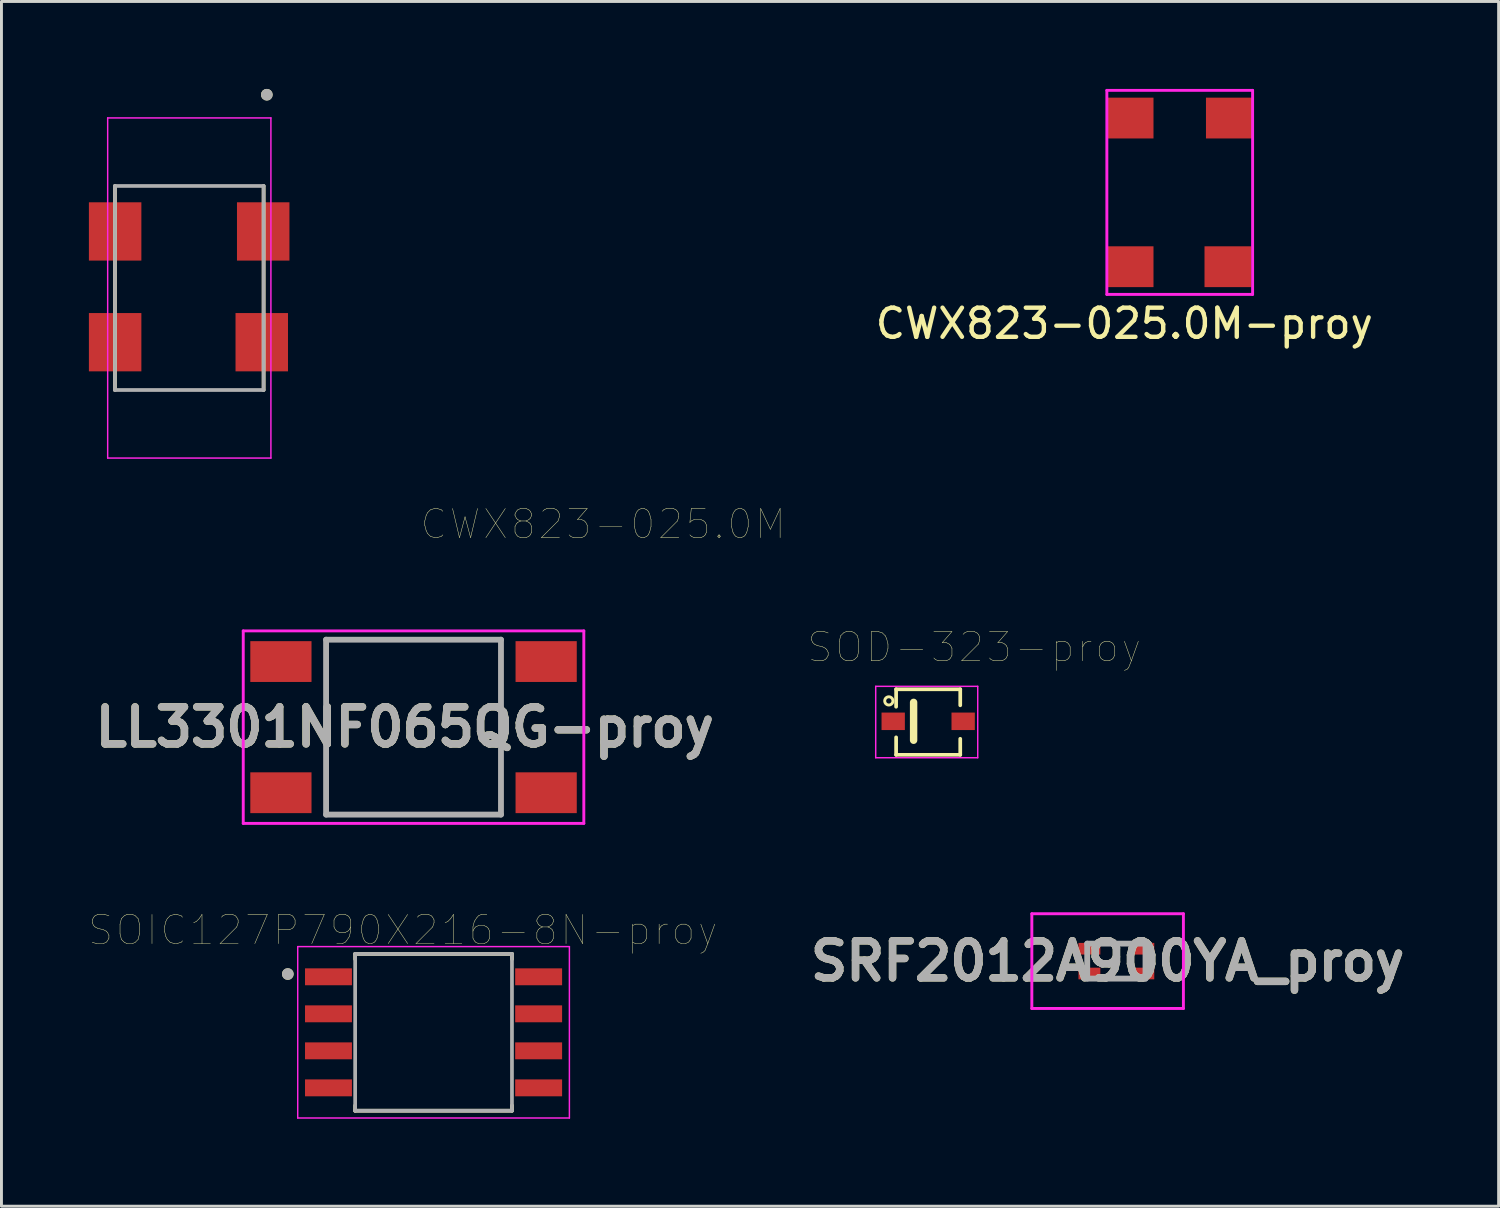
<source format=kicad_pcb>
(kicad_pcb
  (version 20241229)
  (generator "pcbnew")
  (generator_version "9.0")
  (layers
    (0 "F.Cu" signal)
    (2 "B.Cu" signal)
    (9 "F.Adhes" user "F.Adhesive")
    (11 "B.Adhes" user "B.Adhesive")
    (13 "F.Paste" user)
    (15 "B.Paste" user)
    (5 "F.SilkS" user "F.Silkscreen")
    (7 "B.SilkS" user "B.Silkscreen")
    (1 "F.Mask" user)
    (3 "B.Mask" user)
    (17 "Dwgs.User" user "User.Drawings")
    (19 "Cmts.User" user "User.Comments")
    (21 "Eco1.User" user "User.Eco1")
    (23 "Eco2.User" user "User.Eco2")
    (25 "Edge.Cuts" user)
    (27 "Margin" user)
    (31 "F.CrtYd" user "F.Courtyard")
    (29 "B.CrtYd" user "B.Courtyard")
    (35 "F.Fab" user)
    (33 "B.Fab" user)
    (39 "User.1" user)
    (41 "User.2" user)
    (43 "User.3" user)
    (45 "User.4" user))
  (footprint "CWX823-025.0M"
    (layer "F.Cu")
    (at 3.393 6.881)
    (property "Reference" "CWX823-025.0M" (at 14.249 8.052 0) (layer "F.SilkS") (effects (font (size 1 1) (thickness 0.015))))
    (attr through_hole)
    (fp_line (start -2.499 -3.551) (end -2.499 3.449) (stroke (width 0.127) (type solid)) (layer "F.SilkS"))
    (fp_line (start 2.601 -3.551) (end 2.601 3.449) (stroke (width 0.127) (type solid)) (layer "F.SilkS"))
    (fp_circle (center 2.711 -6.681) (end 2.711 -6.581) (stroke (width 0.2) (type solid)) (fill no) (layer "F.SilkS"))
    (fp_line (start -2.749 -5.886) (end -2.749 5.784) (stroke (width 0.05) (type solid)) (layer "F.CrtYd"))
    (fp_line (start 2.851 -5.886) (end -2.749 -5.886) (stroke (width 0.05) (type solid)) (layer "F.CrtYd"))
    (fp_line (start 2.851 -5.886) (end 2.851 5.784) (stroke (width 0.05) (type solid)) (layer "F.CrtYd"))
    (fp_line (start 2.851 5.784) (end -2.749 5.784) (stroke (width 0.05) (type solid)) (layer "F.CrtYd"))
    (fp_line (start -2.499 -3.551) (end -2.499 3.449) (stroke (width 0.127) (type solid)) (layer "F.Fab"))
    (fp_line (start 2.601 -3.551) (end -2.499 -3.551) (stroke (width 0.127) (type solid)) (layer "F.Fab"))
    (fp_line (start 2.601 -3.551) (end 2.601 3.449) (stroke (width 0.127) (type solid)) (layer "F.Fab"))
    (fp_line (start 2.601 3.449) (end -2.499 3.449) (stroke (width 0.127) (type solid)) (layer "F.Fab"))
    (fp_circle (center 2.711 -6.681) (end 2.711 -6.581) (stroke (width 0.2) (type solid)) (fill no) (layer "F.Fab"))
    (pad "1" smd rect (at -2.493 1.809) (size 1.8 2) (layers "F.Cu" "F.Mask" "F.Paste"))
    (pad "2" smd rect (at 2.537 1.809) (size 1.8 2) (layers "F.Cu" "F.Mask" "F.Paste"))
    (pad "3" smd rect (at 2.587 -1.991) (size 1.8 2) (layers "F.Cu" "F.Mask" "F.Paste"))
    (pad "4" smd rect (at -2.493 -1.991) (size 1.8 2) (layers "F.Cu" "F.Mask" "F.Paste")))
  (footprint "CWX823-025.0M-proy"
    (layer "F.Cu")
    (at 37.423 3.55)
    (property "Reference" "CWX823-025.0M-proy" (at -1.9 4.5 0) (layer "F.SilkS") (effects (font (size 1 1) (thickness 0.15))))
    (attr through_hole)
    (fp_line (start -2.5 -3.5) (end -2.5 3.5) (stroke (width 0.1) (type solid)) (layer "F.CrtYd"))
    (fp_line (start -2.5 -3.5) (end 2.5 -3.5) (stroke (width 0.1) (type solid)) (layer "F.CrtYd"))
    (fp_line (start -2.5 3.5) (end 2.5 3.5) (stroke (width 0.1) (type solid)) (layer "F.CrtYd"))
    (fp_line (start 2.5 -3.5) (end 2.5 3.5) (stroke (width 0.1) (type solid)) (layer "F.CrtYd"))
    (pad "1" smd rect (at 1.65 2.55 270) (size 1.4 1.6) (layers "F.Cu" "F.Mask" "F.Paste"))
    (pad "2" smd rect (at 1.7 -2.55 270) (size 1.4 1.6) (layers "F.Cu" "F.Mask" "F.Paste"))
    (pad "3" smd rect (at -1.7 -2.55 270) (size 1.4 1.6) (layers "F.Cu" "F.Mask" "F.Paste"))
    (pad "4" smd rect (at -1.7 2.55 270) (size 1.4 1.6) (layers "F.Cu" "F.Mask" "F.Paste")))
  (footprint "SRF2012A900YA_proy"
    (layer "F.Cu")
    (at 35.249 29.923)
    (property "Reference" "SRF2012A900YA_proy" (at -0.3 0 0) (layer "F.SilkS") (effects (font (size 1.27 1.27) (thickness 0.254))))
    (attr smd)
    (fp_line (start -1.9 0.425) (end -1.9 0.425) (stroke (width 0.1) (type solid)) (layer "F.SilkS"))
    (fp_line (start -1.8 0.425) (end -1.8 0.425) (stroke (width 0.1) (type solid)) (layer "F.SilkS"))
    (fp_line (start -0.4 -0.6) (end 0.4 -0.6) (stroke (width 0.1) (type solid)) (layer "F.SilkS"))
    (fp_line (start -0.4 0.6) (end 0.4 0.6) (stroke (width 0.1) (type solid)) (layer "F.SilkS"))
    (fp_arc (start -1.9 0.425) (mid -1.85 0.375) (end -1.8 0.425) (stroke (width 0.1) (type solid)) (layer "F.SilkS"))
    (fp_arc (start -1.8 0.425) (mid -1.85 0.475) (end -1.9 0.425) (stroke (width 0.1) (type solid)) (layer "F.SilkS"))
    (fp_line (start -2.9 -1.625) (end 2.3 -1.625) (stroke (width 0.1) (type solid)) (layer "F.CrtYd"))
    (fp_line (start -2.9 1.625) (end -2.9 -1.625) (stroke (width 0.1) (type solid)) (layer "F.CrtYd"))
    (fp_line (start 2.3 -1.625) (end 2.3 1.625) (stroke (width 0.1) (type solid)) (layer "F.CrtYd"))
    (fp_line (start 2.3 1.625) (end -2.9 1.625) (stroke (width 0.1) (type solid)) (layer "F.CrtYd"))
    (fp_line (start -1 -0.6) (end -1 0.6) (stroke (width 0.2) (type solid)) (layer "F.Fab"))
    (fp_line (start -1 0.6) (end 1 0.6) (stroke (width 0.2) (type solid)) (layer "F.Fab"))
    (fp_line (start 1 -0.6) (end -1 -0.6) (stroke (width 0.2) (type solid)) (layer "F.Fab"))
    (fp_line (start 1 0.6) (end 1 -0.6) (stroke (width 0.2) (type solid)) (layer "F.Fab"))
    (fp_text user "${REFERENCE}" (at -0.3 0 0) (layer "F.Fab") (effects (font (size 1.27 1.27) (thickness 0.254))))
    (pad "1" smd rect (at -0.925 0.425 90) (size 0.4 0.75) (layers "F.Cu" "F.Mask" "F.Paste"))
    (pad "2" smd rect (at 0.925 0.425 90) (size 0.4 0.75) (layers "F.Cu" "F.Mask" "F.Paste"))
    (pad "3" smd rect (at 0.925 -0.425 90) (size 0.4 0.75) (layers "F.Cu" "F.Mask" "F.Paste"))
    (pad "4" smd rect (at -0.925 -0.425 90) (size 0.4 0.75) (layers "F.Cu" "F.Mask" "F.Paste")))
  (footprint "SOIC127P790X216-8N-proy"
    (layer "F.Cu")
    (at 11.824 32.366)
    (property "Reference" "SOIC127P790X216-8N-proy" (at -1.056 -3.506 0) (layer "F.SilkS") (effects (font (size 1.001 1.001) (thickness 0.015))))
    (attr through_hole)
    (fp_line (start -2.69 -2.69) (end -2.69 -2.51) (stroke (width 0.127) (type solid)) (layer "F.SilkS"))
    (fp_line (start -2.69 -2.69) (end 2.69 -2.69) (stroke (width 0.127) (type solid)) (layer "F.SilkS"))
    (fp_line (start -2.69 2.51) (end -2.69 2.69) (stroke (width 0.127) (type solid)) (layer "F.SilkS"))
    (fp_line (start -2.69 2.69) (end 2.69 2.69) (stroke (width 0.127) (type solid)) (layer "F.SilkS"))
    (fp_line (start 2.69 -2.69) (end 2.69 -2.51) (stroke (width 0.127) (type solid)) (layer "F.SilkS"))
    (fp_line (start 2.69 2.51) (end 2.69 2.69) (stroke (width 0.127) (type solid)) (layer "F.SilkS"))
    (fp_circle (center -5 -2) (end -4.9 -2) (stroke (width 0.2) (type solid)) (fill no) (layer "F.SilkS"))
    (fp_line (start -4.66 -2.94) (end -4.66 2.94) (stroke (width 0.05) (type solid)) (layer "F.CrtYd"))
    (fp_line (start -4.66 -2.94) (end 4.66 -2.94) (stroke (width 0.05) (type solid)) (layer "F.CrtYd"))
    (fp_line (start -4.66 2.94) (end 4.66 2.94) (stroke (width 0.05) (type solid)) (layer "F.CrtYd"))
    (fp_line (start 4.66 -2.94) (end 4.66 2.94) (stroke (width 0.05) (type solid)) (layer "F.CrtYd"))
    (fp_line (start -2.69 -2.69) (end -2.69 2.69) (stroke (width 0.127) (type solid)) (layer "F.Fab"))
    (fp_line (start -2.69 -2.69) (end 2.69 -2.69) (stroke (width 0.127) (type solid)) (layer "F.Fab"))
    (fp_line (start -2.69 2.69) (end 2.69 2.69) (stroke (width 0.127) (type solid)) (layer "F.Fab"))
    (fp_line (start 2.69 -2.69) (end 2.69 2.69) (stroke (width 0.127) (type solid)) (layer "F.Fab"))
    (fp_circle (center -5 -2) (end -4.9 -2) (stroke (width 0.2) (type solid)) (fill no) (layer "F.Fab"))
    (pad "1" smd rect (at -3.605 -1.905) (size 1.61 0.58) (layers "F.Cu" "F.Mask" "F.Paste"))
    (pad "2" smd rect (at -3.605 -0.635) (size 1.61 0.58) (layers "F.Cu" "F.Mask" "F.Paste"))
    (pad "3" smd rect (at -3.605 0.635) (size 1.61 0.58) (layers "F.Cu" "F.Mask" "F.Paste"))
    (pad "4" smd rect (at -3.605 1.905) (size 1.61 0.58) (layers "F.Cu" "F.Mask" "F.Paste"))
    (pad "5" smd rect (at 3.605 1.905) (size 1.61 0.58) (layers "F.Cu" "F.Mask" "F.Paste"))
    (pad "6" smd rect (at 3.605 0.635) (size 1.61 0.58) (layers "F.Cu" "F.Mask" "F.Paste"))
    (pad "7" smd rect (at 3.605 -0.635) (size 1.61 0.58) (layers "F.Cu" "F.Mask" "F.Paste"))
    (pad "8" smd rect (at 3.605 -1.905) (size 1.61 0.58) (layers "F.Cu" "F.Mask" "F.Paste")))
  (footprint "LL3301NF065QG-proy"
    (layer "F.Cu")
    (at 11.137 21.896)
    (property "Reference" "LL3301NF065QG-proy" (at -0.3 0 180) (layer "F.SilkS") (effects (font (size 1.27 1.27) (thickness 0.254))))
    (attr smd)
    (fp_line (start -3 -3) (end 3 -3) (stroke (width 0.1) (type solid)) (layer "F.SilkS"))
    (fp_line (start -3 3) (end -3 -3) (stroke (width 0.1) (type solid)) (layer "F.SilkS"))
    (fp_line (start 3 -3) (end 3 3) (stroke (width 0.1) (type solid)) (layer "F.SilkS"))
    (fp_line (start 3 3) (end -3 3) (stroke (width 0.1) (type solid)) (layer "F.SilkS"))
    (fp_line (start -5.842 -3.302) (end 5.842 -3.302) (stroke (width 0.1) (type solid)) (layer "F.CrtYd"))
    (fp_line (start -5.842 3.302) (end -5.842 -3.302) (stroke (width 0.1) (type solid)) (layer "F.CrtYd"))
    (fp_line (start 5.842 -3.302) (end 5.842 3.302) (stroke (width 0.1) (type solid)) (layer "F.CrtYd"))
    (fp_line (start 5.842 3.302) (end -5.842 3.302) (stroke (width 0.1) (type solid)) (layer "F.CrtYd"))
    (fp_line (start -3 -3) (end 3 -3) (stroke (width 0.2) (type solid)) (layer "F.Fab"))
    (fp_line (start -3 3) (end -3 -3) (stroke (width 0.2) (type solid)) (layer "F.Fab"))
    (fp_line (start 3 -3) (end 3 3) (stroke (width 0.2) (type solid)) (layer "F.Fab"))
    (fp_line (start 3 3) (end -3 3) (stroke (width 0.2) (type solid)) (layer "F.Fab"))
    (fp_text user "${REFERENCE}" (at -0.3 0 180) (layer "F.Fab") (effects (font (size 1.27 1.27) (thickness 0.254))))
    (pad "1" smd rect (at -4.55 -2.25 90) (size 1.4 2.1) (layers "F.Cu" "F.Mask" "F.Paste"))
    (pad "2" smd rect (at 4.55 -2.25 90) (size 1.4 2.1) (layers "F.Cu" "F.Mask" "F.Paste"))
    (pad "3" smd rect (at -4.55 2.25 90) (size 1.4 2.1) (layers "F.Cu" "F.Mask" "F.Paste"))
    (pad "4" smd rect (at 4.55 2.25 90) (size 1.4 2.1) (layers "F.Cu" "F.Mask" "F.Paste")))
  (footprint "SOD-323-proy"
    (layer "F.Cu")
    (at 28.743 21.696)
    (property "Reference" "SOD-323-proy" (at 1.629 -2.54 0) (layer "F.SilkS") (effects (font (size 1.002 1.002) (thickness 0.015))))
    (attr through_hole)
    (fp_line (start -1.05 -1.1) (end -1.05 -0.5) (stroke (width 0.127) (type solid)) (layer "F.SilkS"))
    (fp_line (start -1.05 0.55) (end -1.05 1.15) (stroke (width 0.127) (type solid)) (layer "F.SilkS"))
    (fp_line (start -1.05 1.15) (end 1.15 1.15) (stroke (width 0.127) (type solid)) (layer "F.SilkS"))
    (fp_line (start -0.45 0.65) (end -0.45 -0.65) (stroke (width 0.254) (type solid)) (layer "F.SilkS"))
    (fp_line (start 1.15 -1.1) (end -1.05 -1.1) (stroke (width 0.127) (type solid)) (layer "F.SilkS"))
    (fp_line (start 1.15 -0.55) (end 1.15 -1.1) (stroke (width 0.127) (type solid)) (layer "F.SilkS"))
    (fp_line (start 1.15 1.15) (end 1.15 0.6) (stroke (width 0.127) (type solid)) (layer "F.SilkS"))
    (fp_circle (center -1.3 -0.7) (end -1.159 -0.7) (stroke (width 0.1) (type solid)) (fill no) (layer "F.SilkS"))
    (fp_line (start -1.75 -1.2) (end 1.75 -1.2) (stroke (width 0.05) (type solid)) (layer "F.CrtYd"))
    (fp_line (start -1.75 1.25) (end -1.75 -1.2) (stroke (width 0.05) (type solid)) (layer "F.CrtYd"))
    (fp_line (start 1.75 -1.2) (end 1.75 1.25) (stroke (width 0.05) (type solid)) (layer "F.CrtYd"))
    (fp_line (start 1.75 1.25) (end -1.75 1.25) (stroke (width 0.05) (type solid)) (layer "F.CrtYd"))
    (pad "A" smd rect (at 1.25 0) (size 0.8 0.6) (layers "F.Cu" "F.Mask" "F.Paste"))
    (pad "C" smd rect (at -1.15 0) (size 0.8 0.6) (layers "F.Cu" "F.Mask" "F.Paste")))
  (gr_rect
    (start -3 -3)
    (end 48.363 38.331)
    (stroke (width 0.1) (type default))
    (fill no)
    (layer "Edge.Cuts")))
</source>
